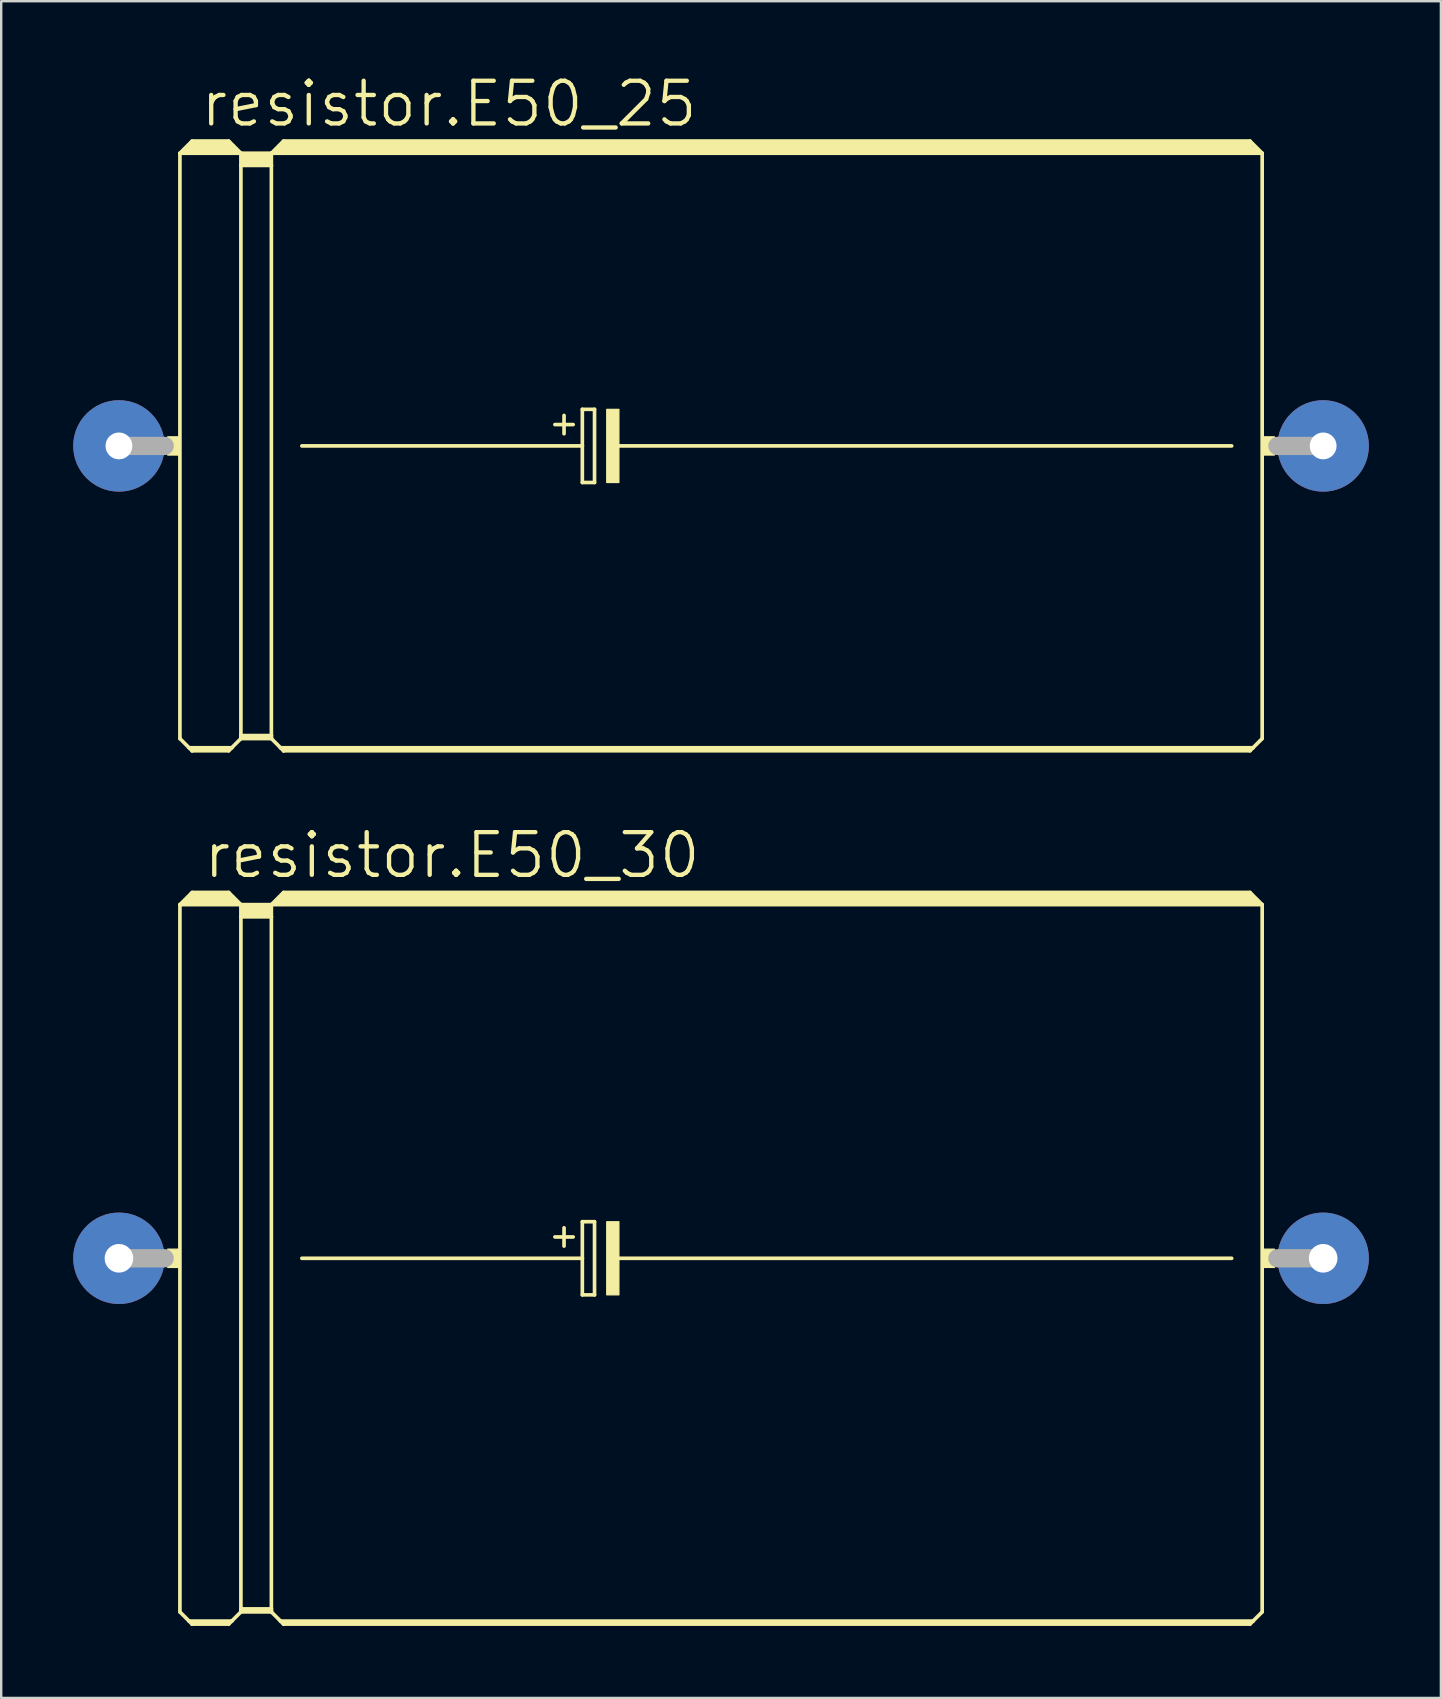
<source format=kicad_pcb>
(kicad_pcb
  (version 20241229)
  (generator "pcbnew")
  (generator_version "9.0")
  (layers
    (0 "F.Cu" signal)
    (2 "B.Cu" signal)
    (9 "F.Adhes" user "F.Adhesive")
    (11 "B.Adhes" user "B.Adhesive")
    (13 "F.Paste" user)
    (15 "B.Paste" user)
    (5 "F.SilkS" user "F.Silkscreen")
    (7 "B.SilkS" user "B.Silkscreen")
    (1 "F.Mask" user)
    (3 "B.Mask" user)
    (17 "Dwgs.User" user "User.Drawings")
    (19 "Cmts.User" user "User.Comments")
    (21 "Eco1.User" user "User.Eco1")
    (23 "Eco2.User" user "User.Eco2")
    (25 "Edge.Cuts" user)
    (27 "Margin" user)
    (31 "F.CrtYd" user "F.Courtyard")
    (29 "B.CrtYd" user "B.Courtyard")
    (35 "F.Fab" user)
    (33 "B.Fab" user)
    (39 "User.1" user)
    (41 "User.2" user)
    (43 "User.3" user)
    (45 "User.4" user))
  (footprint "resistor.E50_25"
    (layer "F.Cu")
    (at 27.305 15.526)
    (property "Reference" "resistor.E50_25" (at -22.098 -13.208 0) (layer "F.SilkS") (effects (font (size 1.778 1.778) (thickness 0.18)) (justify left bottom)))
    (attr through_hole)
    (fp_line (start -22.86 -12.192) (end -22.86 12.192) (stroke (width 0.152) (type default)) (layer "F.SilkS"))
    (fp_line (start -22.86 -12.192) (end -22.352 -12.7) (stroke (width 0.152) (type default)) (layer "F.SilkS"))
    (fp_line (start -22.86 -12.192) (end -20.32 -12.192) (stroke (width 0.152) (type default)) (layer "F.SilkS"))
    (fp_line (start -22.86 12.192) (end -22.479 12.573) (stroke (width 0.152) (type default)) (layer "F.SilkS"))
    (fp_line (start -22.606 -12.319) (end -22.479 -12.319) (stroke (width 0.305) (type default)) (layer "F.SilkS"))
    (fp_line (start -22.479 -12.319) (end -22.479 -12.446) (stroke (width 0.305) (type default)) (layer "F.SilkS"))
    (fp_line (start -22.479 -12.319) (end -20.701 -12.319) (stroke (width 0.305) (type default)) (layer "F.SilkS"))
    (fp_line (start -22.479 12.573) (end -22.352 12.7) (stroke (width 0.152) (type default)) (layer "F.SilkS"))
    (fp_line (start -22.479 12.573) (end -20.701 12.573) (stroke (width 0.152) (type default)) (layer "F.SilkS"))
    (fp_line (start -22.352 -12.7) (end -20.828 -12.7) (stroke (width 0.152) (type default)) (layer "F.SilkS"))
    (fp_line (start -22.352 -12.573) (end -20.828 -12.573) (stroke (width 0.305) (type default)) (layer "F.SilkS"))
    (fp_line (start -22.352 12.649) (end -20.828 12.649) (stroke (width 0.152) (type default)) (layer "F.SilkS"))
    (fp_line (start -22.352 12.7) (end -22.352 12.649) (stroke (width 0.152) (type default)) (layer "F.SilkS"))
    (fp_line (start -22.352 12.7) (end -20.828 12.7) (stroke (width 0.152) (type default)) (layer "F.SilkS"))
    (fp_line (start -20.701 -12.319) (end -20.701 -12.446) (stroke (width 0.305) (type default)) (layer "F.SilkS"))
    (fp_line (start -20.701 -12.319) (end -20.574 -12.319) (stroke (width 0.305) (type default)) (layer "F.SilkS"))
    (fp_line (start -20.701 12.573) (end -20.828 12.7) (stroke (width 0.152) (type default)) (layer "F.SilkS"))
    (fp_line (start -20.32 -12.192) (end -20.828 -12.7) (stroke (width 0.152) (type default)) (layer "F.SilkS"))
    (fp_line (start -20.32 -12.192) (end -20.32 -11.684) (stroke (width 0.152) (type default)) (layer "F.SilkS"))
    (fp_line (start -20.32 -12.192) (end -19.05 -12.192) (stroke (width 0.152) (type default)) (layer "F.SilkS"))
    (fp_line (start -20.32 -11.684) (end -20.32 12.065) (stroke (width 0.152) (type default)) (layer "F.SilkS"))
    (fp_line (start -20.32 -11.684) (end -19.05 -11.684) (stroke (width 0.152) (type default)) (layer "F.SilkS"))
    (fp_line (start -20.32 12.065) (end -20.32 12.141) (stroke (width 0.152) (type default)) (layer "F.SilkS"))
    (fp_line (start -20.32 12.065) (end -19.05 12.065) (stroke (width 0.152) (type default)) (layer "F.SilkS"))
    (fp_line (start -20.32 12.141) (end -20.32 12.192) (stroke (width 0.152) (type default)) (layer "F.SilkS"))
    (fp_line (start -20.32 12.141) (end -19.05 12.141) (stroke (width 0.152) (type default)) (layer "F.SilkS"))
    (fp_line (start -20.32 12.192) (end -20.701 12.573) (stroke (width 0.152) (type default)) (layer "F.SilkS"))
    (fp_line (start -20.32 12.192) (end -19.05 12.192) (stroke (width 0.152) (type default)) (layer "F.SilkS"))
    (fp_line (start -20.193 -12.065) (end -19.177 -12.065) (stroke (width 0.305) (type default)) (layer "F.SilkS"))
    (fp_line (start -20.193 -11.811) (end -19.177 -11.811) (stroke (width 0.305) (type default)) (layer "F.SilkS"))
    (fp_line (start -19.05 -12.192) (end -19.05 -11.684) (stroke (width 0.152) (type default)) (layer "F.SilkS"))
    (fp_line (start -19.05 -12.192) (end 22.225 -12.192) (stroke (width 0.152) (type default)) (layer "F.SilkS"))
    (fp_line (start -19.05 -11.684) (end -19.05 12.065) (stroke (width 0.152) (type default)) (layer "F.SilkS"))
    (fp_line (start -19.05 12.065) (end -19.05 12.141) (stroke (width 0.152) (type default)) (layer "F.SilkS"))
    (fp_line (start -19.05 12.141) (end -19.05 12.192) (stroke (width 0.152) (type default)) (layer "F.SilkS"))
    (fp_line (start -19.05 12.192) (end -18.669 12.573) (stroke (width 0.152) (type default)) (layer "F.SilkS"))
    (fp_line (start -18.796 -12.319) (end -18.669 -12.319) (stroke (width 0.305) (type default)) (layer "F.SilkS"))
    (fp_line (start -18.669 -12.319) (end -18.669 -12.446) (stroke (width 0.305) (type default)) (layer "F.SilkS"))
    (fp_line (start -18.669 -12.319) (end 21.971 -12.319) (stroke (width 0.305) (type default)) (layer "F.SilkS"))
    (fp_line (start -18.669 12.573) (end -18.542 12.7) (stroke (width 0.152) (type default)) (layer "F.SilkS"))
    (fp_line (start -18.669 12.573) (end 21.844 12.573) (stroke (width 0.152) (type default)) (layer "F.SilkS"))
    (fp_line (start -18.542 -12.7) (end -19.05 -12.192) (stroke (width 0.152) (type default)) (layer "F.SilkS"))
    (fp_line (start -18.542 -12.7) (end 21.717 -12.7) (stroke (width 0.152) (type default)) (layer "F.SilkS"))
    (fp_line (start -18.542 -12.573) (end 21.717 -12.573) (stroke (width 0.305) (type default)) (layer "F.SilkS"))
    (fp_line (start -18.542 12.649) (end 21.717 12.649) (stroke (width 0.152) (type default)) (layer "F.SilkS"))
    (fp_line (start -18.542 12.7) (end -18.542 12.649) (stroke (width 0.152) (type default)) (layer "F.SilkS"))
    (fp_line (start -17.78 0) (end -6.096 0) (stroke (width 0.152) (type default)) (layer "F.SilkS"))
    (fp_line (start -7.239 -0.889) (end -6.477 -0.889) (stroke (width 0.152) (type default)) (layer "F.SilkS"))
    (fp_line (start -6.858 -1.27) (end -6.858 -0.508) (stroke (width 0.152) (type default)) (layer "F.SilkS"))
    (fp_line (start -6.096 -1.524) (end -6.096 0) (stroke (width 0.152) (type default)) (layer "F.SilkS"))
    (fp_line (start -6.096 0) (end -6.096 1.524) (stroke (width 0.152) (type default)) (layer "F.SilkS"))
    (fp_line (start -6.096 1.524) (end -5.588 1.524) (stroke (width 0.152) (type default)) (layer "F.SilkS"))
    (fp_line (start -5.588 -1.524) (end -6.096 -1.524) (stroke (width 0.152) (type default)) (layer "F.SilkS"))
    (fp_line (start -5.588 1.524) (end -5.588 -1.524) (stroke (width 0.152) (type default)) (layer "F.SilkS"))
    (fp_line (start -4.699 0) (end 20.955 0) (stroke (width 0.152) (type default)) (layer "F.SilkS"))
    (fp_line (start 21.717 -12.7) (end 22.225 -12.192) (stroke (width 0.152) (type default)) (layer "F.SilkS"))
    (fp_line (start 21.717 12.7) (end -18.542 12.7) (stroke (width 0.152) (type default)) (layer "F.SilkS"))
    (fp_line (start 21.844 12.573) (end 21.717 12.7) (stroke (width 0.152) (type default)) (layer "F.SilkS"))
    (fp_line (start 22.225 -12.192) (end 22.225 12.192) (stroke (width 0.152) (type default)) (layer "F.SilkS"))
    (fp_line (start 22.225 12.192) (end 21.844 12.573) (stroke (width 0.152) (type default)) (layer "F.SilkS"))
    (fp_rect (start -23.368 0.381) (end -22.86 -0.381) (stroke (width 0.05) (type default)) (fill yes) (layer "F.SilkS"))
    (fp_rect (start -5.08 1.524) (end -4.572 -1.524) (stroke (width 0.05) (type default)) (fill yes) (layer "F.SilkS"))
    (fp_rect (start 22.225 0.381) (end 22.733 -0.381) (stroke (width 0.05) (type default)) (fill yes) (layer "F.SilkS"))
    (fp_line (start -25.4 0) (end -23.495 0) (stroke (width 0.762) (type default)) (layer "F.Fab"))
    (fp_line (start 24.765 0) (end 22.86 0) (stroke (width 0.762) (type default)) (layer "F.Fab"))
    (pad "+" thru_hole circle (at -25.4 0) (size 3.81 3.81) (drill 1.118) (layers "*.Cu" "*.Mask"))
    (pad "-" thru_hole circle (at 24.765 0) (size 3.81 3.81) (drill 1.118) (layers "*.Cu" "*.Mask")))
  (footprint "resistor.E50_30"
    (layer "F.Cu")
    (at 27.305 49.368)
    (property "Reference" "resistor.E50_30" (at -21.971 -15.748 0) (layer "F.SilkS") (effects (font (size 1.778 1.778) (thickness 0.18)) (justify left bottom)))
    (attr through_hole)
    (fp_line (start -22.86 -14.732) (end -22.86 14.732) (stroke (width 0.152) (type default)) (layer "F.SilkS"))
    (fp_line (start -22.86 -14.732) (end -22.352 -15.24) (stroke (width 0.152) (type default)) (layer "F.SilkS"))
    (fp_line (start -22.86 -14.732) (end -20.32 -14.732) (stroke (width 0.152) (type default)) (layer "F.SilkS"))
    (fp_line (start -22.86 14.732) (end -22.479 15.113) (stroke (width 0.152) (type default)) (layer "F.SilkS"))
    (fp_line (start -22.606 -14.859) (end -22.479 -14.859) (stroke (width 0.305) (type default)) (layer "F.SilkS"))
    (fp_line (start -22.479 -14.859) (end -22.479 -14.986) (stroke (width 0.305) (type default)) (layer "F.SilkS"))
    (fp_line (start -22.479 -14.859) (end -20.701 -14.859) (stroke (width 0.305) (type default)) (layer "F.SilkS"))
    (fp_line (start -22.479 15.113) (end -22.352 15.24) (stroke (width 0.152) (type default)) (layer "F.SilkS"))
    (fp_line (start -22.479 15.113) (end -20.701 15.113) (stroke (width 0.152) (type default)) (layer "F.SilkS"))
    (fp_line (start -22.352 -15.24) (end -20.828 -15.24) (stroke (width 0.152) (type default)) (layer "F.SilkS"))
    (fp_line (start -22.352 -15.113) (end -20.828 -15.113) (stroke (width 0.305) (type default)) (layer "F.SilkS"))
    (fp_line (start -22.352 15.189) (end -20.828 15.189) (stroke (width 0.152) (type default)) (layer "F.SilkS"))
    (fp_line (start -22.352 15.24) (end -22.352 15.189) (stroke (width 0.152) (type default)) (layer "F.SilkS"))
    (fp_line (start -22.352 15.24) (end -20.828 15.24) (stroke (width 0.152) (type default)) (layer "F.SilkS"))
    (fp_line (start -20.701 -14.859) (end -20.701 -14.986) (stroke (width 0.305) (type default)) (layer "F.SilkS"))
    (fp_line (start -20.701 -14.859) (end -20.574 -14.859) (stroke (width 0.305) (type default)) (layer "F.SilkS"))
    (fp_line (start -20.701 15.113) (end -20.828 15.24) (stroke (width 0.152) (type default)) (layer "F.SilkS"))
    (fp_line (start -20.32 -14.732) (end -20.828 -15.24) (stroke (width 0.152) (type default)) (layer "F.SilkS"))
    (fp_line (start -20.32 -14.732) (end -20.32 -14.224) (stroke (width 0.152) (type default)) (layer "F.SilkS"))
    (fp_line (start -20.32 -14.732) (end -19.05 -14.732) (stroke (width 0.152) (type default)) (layer "F.SilkS"))
    (fp_line (start -20.32 -14.224) (end -20.32 14.605) (stroke (width 0.152) (type default)) (layer "F.SilkS"))
    (fp_line (start -20.32 -14.224) (end -19.05 -14.224) (stroke (width 0.152) (type default)) (layer "F.SilkS"))
    (fp_line (start -20.32 14.605) (end -20.32 14.681) (stroke (width 0.152) (type default)) (layer "F.SilkS"))
    (fp_line (start -20.32 14.605) (end -19.05 14.605) (stroke (width 0.152) (type default)) (layer "F.SilkS"))
    (fp_line (start -20.32 14.681) (end -20.32 14.732) (stroke (width 0.152) (type default)) (layer "F.SilkS"))
    (fp_line (start -20.32 14.681) (end -19.05 14.681) (stroke (width 0.152) (type default)) (layer "F.SilkS"))
    (fp_line (start -20.32 14.732) (end -20.701 15.113) (stroke (width 0.152) (type default)) (layer "F.SilkS"))
    (fp_line (start -20.32 14.732) (end -19.05 14.732) (stroke (width 0.152) (type default)) (layer "F.SilkS"))
    (fp_line (start -20.193 -14.605) (end -19.177 -14.605) (stroke (width 0.305) (type default)) (layer "F.SilkS"))
    (fp_line (start -20.193 -14.351) (end -19.177 -14.351) (stroke (width 0.305) (type default)) (layer "F.SilkS"))
    (fp_line (start -19.05 -14.732) (end -19.05 -14.224) (stroke (width 0.152) (type default)) (layer "F.SilkS"))
    (fp_line (start -19.05 -14.732) (end 22.225 -14.732) (stroke (width 0.152) (type default)) (layer "F.SilkS"))
    (fp_line (start -19.05 -14.224) (end -19.05 14.605) (stroke (width 0.152) (type default)) (layer "F.SilkS"))
    (fp_line (start -19.05 14.605) (end -19.05 14.681) (stroke (width 0.152) (type default)) (layer "F.SilkS"))
    (fp_line (start -19.05 14.681) (end -19.05 14.732) (stroke (width 0.152) (type default)) (layer "F.SilkS"))
    (fp_line (start -19.05 14.732) (end -18.669 15.113) (stroke (width 0.152) (type default)) (layer "F.SilkS"))
    (fp_line (start -18.796 -14.859) (end -18.669 -14.859) (stroke (width 0.305) (type default)) (layer "F.SilkS"))
    (fp_line (start -18.669 -14.859) (end -18.669 -14.986) (stroke (width 0.305) (type default)) (layer "F.SilkS"))
    (fp_line (start -18.669 -14.859) (end 21.971 -14.859) (stroke (width 0.305) (type default)) (layer "F.SilkS"))
    (fp_line (start -18.669 15.113) (end -18.542 15.24) (stroke (width 0.152) (type default)) (layer "F.SilkS"))
    (fp_line (start -18.669 15.113) (end 21.844 15.113) (stroke (width 0.152) (type default)) (layer "F.SilkS"))
    (fp_line (start -18.542 -15.24) (end -19.05 -14.732) (stroke (width 0.152) (type default)) (layer "F.SilkS"))
    (fp_line (start -18.542 -15.24) (end 21.717 -15.24) (stroke (width 0.152) (type default)) (layer "F.SilkS"))
    (fp_line (start -18.542 -15.113) (end 21.717 -15.113) (stroke (width 0.305) (type default)) (layer "F.SilkS"))
    (fp_line (start -18.542 15.189) (end 21.717 15.189) (stroke (width 0.152) (type default)) (layer "F.SilkS"))
    (fp_line (start -18.542 15.24) (end -18.542 15.189) (stroke (width 0.152) (type default)) (layer "F.SilkS"))
    (fp_line (start -17.78 0) (end -6.096 0) (stroke (width 0.152) (type default)) (layer "F.SilkS"))
    (fp_line (start -7.239 -0.889) (end -6.477 -0.889) (stroke (width 0.152) (type default)) (layer "F.SilkS"))
    (fp_line (start -6.858 -1.27) (end -6.858 -0.508) (stroke (width 0.152) (type default)) (layer "F.SilkS"))
    (fp_line (start -6.096 -1.524) (end -6.096 0) (stroke (width 0.152) (type default)) (layer "F.SilkS"))
    (fp_line (start -6.096 0) (end -6.096 1.524) (stroke (width 0.152) (type default)) (layer "F.SilkS"))
    (fp_line (start -6.096 1.524) (end -5.588 1.524) (stroke (width 0.152) (type default)) (layer "F.SilkS"))
    (fp_line (start -5.588 -1.524) (end -6.096 -1.524) (stroke (width 0.152) (type default)) (layer "F.SilkS"))
    (fp_line (start -5.588 1.524) (end -5.588 -1.524) (stroke (width 0.152) (type default)) (layer "F.SilkS"))
    (fp_line (start -4.699 0) (end 20.955 0) (stroke (width 0.152) (type default)) (layer "F.SilkS"))
    (fp_line (start 21.717 -15.24) (end 22.225 -14.732) (stroke (width 0.152) (type default)) (layer "F.SilkS"))
    (fp_line (start 21.717 15.24) (end -18.542 15.24) (stroke (width 0.152) (type default)) (layer "F.SilkS"))
    (fp_line (start 21.844 15.113) (end 21.717 15.24) (stroke (width 0.152) (type default)) (layer "F.SilkS"))
    (fp_line (start 22.225 -14.732) (end 22.225 14.732) (stroke (width 0.152) (type default)) (layer "F.SilkS"))
    (fp_line (start 22.225 14.732) (end 21.844 15.113) (stroke (width 0.152) (type default)) (layer "F.SilkS"))
    (fp_rect (start -23.368 0.381) (end -22.86 -0.381) (stroke (width 0.05) (type default)) (fill yes) (layer "F.SilkS"))
    (fp_rect (start -5.08 1.524) (end -4.572 -1.524) (stroke (width 0.05) (type default)) (fill yes) (layer "F.SilkS"))
    (fp_rect (start 22.225 0.381) (end 22.733 -0.381) (stroke (width 0.05) (type default)) (fill yes) (layer "F.SilkS"))
    (fp_line (start -25.4 0) (end -23.495 0) (stroke (width 0.762) (type default)) (layer "F.Fab"))
    (fp_line (start 24.765 0) (end 22.86 0) (stroke (width 0.762) (type default)) (layer "F.Fab"))
    (pad "+" thru_hole circle (at -25.4 0) (size 3.81 3.81) (drill 1.194) (layers "*.Cu" "*.Mask"))
    (pad "-" thru_hole circle (at 24.765 0) (size 3.81 3.81) (drill 1.194) (layers "*.Cu" "*.Mask")))
  (gr_rect
    (start -3 -3)
    (end 56.975 67.684)
    (stroke (width 0.1) (type default))
    (fill no)
    (layer "Edge.Cuts")))
</source>
